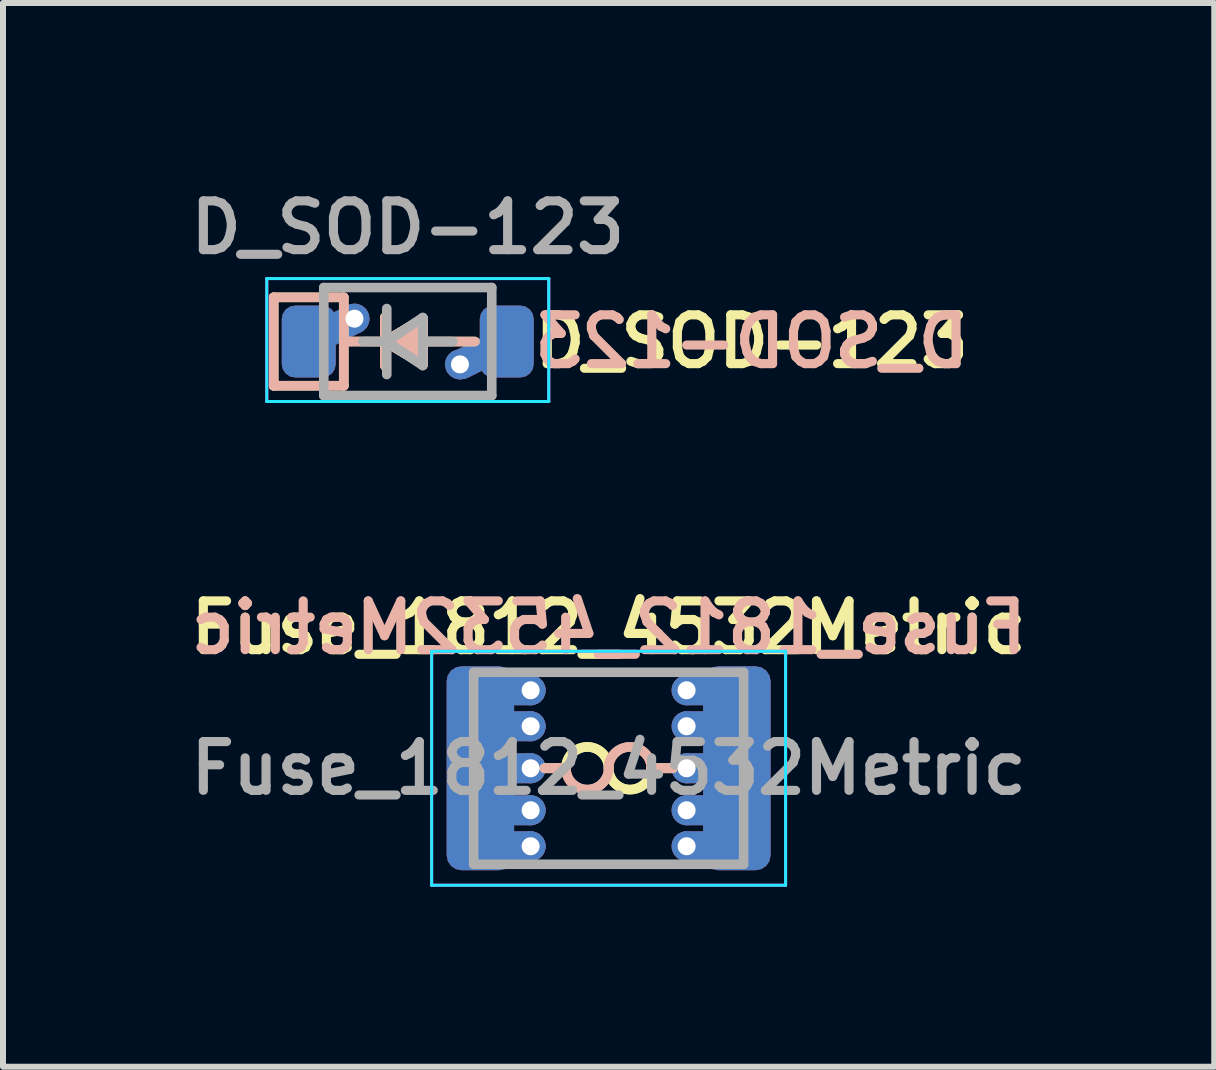
<source format=kicad_pcb>
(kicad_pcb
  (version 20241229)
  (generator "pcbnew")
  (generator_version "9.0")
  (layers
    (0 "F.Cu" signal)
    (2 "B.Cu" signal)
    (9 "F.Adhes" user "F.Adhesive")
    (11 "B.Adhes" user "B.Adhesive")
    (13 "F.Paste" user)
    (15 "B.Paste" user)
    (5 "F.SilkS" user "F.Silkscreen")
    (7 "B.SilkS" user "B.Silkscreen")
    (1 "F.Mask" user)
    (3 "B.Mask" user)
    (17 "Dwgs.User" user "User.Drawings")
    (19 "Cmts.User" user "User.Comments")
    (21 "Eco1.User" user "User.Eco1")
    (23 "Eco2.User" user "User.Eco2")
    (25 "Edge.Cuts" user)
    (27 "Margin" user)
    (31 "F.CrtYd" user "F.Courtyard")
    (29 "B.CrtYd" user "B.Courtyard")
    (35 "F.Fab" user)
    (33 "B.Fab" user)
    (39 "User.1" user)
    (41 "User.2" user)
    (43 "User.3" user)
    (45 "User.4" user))
  (footprint "D_SOD-123"
    (layer "F.Cu")
    (at 3.747 2.643)
    (property "Reference" "D_SOD-123" (at 2.032 0 0) (layer "F.SilkS") (effects (font (size 0.813 0.813) (thickness 0.152)) (justify left)))
    (attr smd)
    (fp_line (start -2.235 -0.737) (end -1.067 -0.737) (stroke (width 0.16) (type solid)) (layer "F.SilkS"))
    (fp_line (start -2.235 0.737) (end -2.235 -0.737) (stroke (width 0.16) (type solid)) (layer "F.SilkS"))
    (fp_line (start -1.067 -0.737) (end -1.067 0.737) (stroke (width 0.16) (type solid)) (layer "F.SilkS"))
    (fp_line (start -1.067 0.737) (end -2.235 0.737) (stroke (width 0.16) (type solid)) (layer "F.SilkS"))
    (fp_line (start -1.041 0) (end -0.381 0) (stroke (width 0.16) (type solid)) (layer "F.SilkS"))
    (fp_line (start -0.381 -0.406) (end -0.381 0.406) (stroke (width 0.16) (type solid)) (layer "F.SilkS"))
    (fp_line (start -0.381 0) (end 0.254 -0.381) (stroke (width 0.16) (type solid)) (layer "F.SilkS"))
    (fp_line (start 0.254 -0.381) (end 0.254 0.381) (stroke (width 0.16) (type solid)) (layer "F.SilkS"))
    (fp_line (start 0.254 0) (end 1.118 0) (stroke (width 0.16) (type solid)) (layer "F.SilkS"))
    (fp_line (start 0.254 0.381) (end -0.381 0) (stroke (width 0.16) (type solid)) (layer "F.SilkS"))
    (fp_poly (pts (xy 0.254 0.381) (xy -0.381 0) (xy 0.254 -0.381)) (stroke (width 0.16) (type solid)) (fill yes) (layer "F.SilkS"))
    (fp_line (start -2.235 -0.737) (end -2.235 0.737) (stroke (width 0.16) (type solid)) (layer "B.SilkS"))
    (fp_line (start -2.235 0.737) (end -1.067 0.737) (stroke (width 0.16) (type solid)) (layer "B.SilkS"))
    (fp_line (start -1.067 -0.737) (end -2.235 -0.737) (stroke (width 0.16) (type solid)) (layer "B.SilkS"))
    (fp_line (start -1.067 0.737) (end -1.067 -0.737) (stroke (width 0.16) (type solid)) (layer "B.SilkS"))
    (fp_line (start -1.041 0) (end -0.381 0) (stroke (width 0.16) (type solid)) (layer "B.SilkS"))
    (fp_line (start -0.381 0) (end 0.254 0.381) (stroke (width 0.16) (type solid)) (layer "B.SilkS"))
    (fp_line (start -0.381 0.406) (end -0.381 -0.406) (stroke (width 0.16) (type solid)) (layer "B.SilkS"))
    (fp_line (start 0.254 -0.381) (end -0.381 0) (stroke (width 0.16) (type solid)) (layer "B.SilkS"))
    (fp_line (start 0.254 0) (end 1.118 0) (stroke (width 0.16) (type solid)) (layer "B.SilkS"))
    (fp_line (start 0.254 0.381) (end 0.254 -0.381) (stroke (width 0.16) (type solid)) (layer "B.SilkS"))
    (fp_poly (pts (xy 0.254 -0.381) (xy -0.381 0) (xy 0.254 0.381)) (stroke (width 0.16) (type solid)) (fill yes) (layer "B.SilkS"))
    (fp_line (start -2.35 -1.05) (end -2.35 1) (stroke (width 0.05) (type solid)) (layer "B.CrtYd"))
    (fp_line (start -2.35 -1.05) (end 2.35 -1.05) (stroke (width 0.05) (type solid)) (layer "B.CrtYd"))
    (fp_line (start 2.35 -1.05) (end 2.35 1) (stroke (width 0.05) (type solid)) (layer "B.CrtYd"))
    (fp_line (start 2.35 1) (end -2.35 1) (stroke (width 0.05) (type solid)) (layer "B.CrtYd"))
    (fp_line (start -2.35 -1.05) (end -2.35 1) (stroke (width 0.05) (type solid)) (layer "F.CrtYd"))
    (fp_line (start -2.35 -1.05) (end 2.35 -1.05) (stroke (width 0.05) (type solid)) (layer "F.CrtYd"))
    (fp_line (start 2.35 -1.05) (end 2.35 1) (stroke (width 0.05) (type solid)) (layer "F.CrtYd"))
    (fp_line (start 2.35 1) (end -2.35 1) (stroke (width 0.05) (type solid)) (layer "F.CrtYd"))
    (fp_line (start -1.4 -0.9) (end 1.4 -0.9) (stroke (width 0.16) (type solid)) (layer "F.Fab"))
    (fp_line (start -1.4 0.9) (end -1.4 -0.9) (stroke (width 0.16) (type solid)) (layer "F.Fab"))
    (fp_line (start -0.75 0) (end -0.35 0) (stroke (width 0.16) (type solid)) (layer "F.Fab"))
    (fp_line (start -0.35 0) (end -0.35 -0.55) (stroke (width 0.16) (type solid)) (layer "F.Fab"))
    (fp_line (start -0.35 0) (end -0.35 0.55) (stroke (width 0.16) (type solid)) (layer "F.Fab"))
    (fp_line (start -0.35 0) (end 0.25 -0.4) (stroke (width 0.16) (type solid)) (layer "F.Fab"))
    (fp_line (start 0.25 -0.4) (end 0.25 0.4) (stroke (width 0.16) (type solid)) (layer "F.Fab"))
    (fp_line (start 0.25 0) (end 0.75 0) (stroke (width 0.16) (type solid)) (layer "F.Fab"))
    (fp_line (start 0.25 0.4) (end -0.35 0) (stroke (width 0.16) (type solid)) (layer "F.Fab"))
    (fp_line (start 1.4 -0.9) (end 1.4 0.9) (stroke (width 0.16) (type solid)) (layer "F.Fab"))
    (fp_line (start 1.4 0.9) (end -1.4 0.9) (stroke (width 0.16) (type solid)) (layer "F.Fab"))
    (fp_text user "${REFERENCE}" (at 2.032 0 0) (layer "B.SilkS") (effects (font (size 0.813 0.813) (thickness 0.152)) (justify right mirror)))
    (fp_text user "${REFERENCE}" (at 0 -1.9 0) (layer "F.Fab") (effects (font (size 0.813 0.813) (thickness 0.152))))
    (pad "1" smd custom (at -1.651 0) (size 0.01 0.01) (layers "F.Cu") (options (anchor circle)) (primitives (gr_line (start 0.762 -0.381) (end 0 0) (width 0.5))))
    (pad "1" smd custom (at -1.651 0) (size 0.01 0.01) (layers "B.Cu") (options (anchor circle)) (primitives (gr_line (start 0.762 -0.381) (end 0 0) (width 0.5))))
    (pad "1" smd roundrect (at -1.651 0) (size 0.9 1.2) (layers "B.Cu" "B.Mask" "B.Paste") (roundrect_rratio 0.25))
    (pad "1" smd roundrect (at -1.65 0) (size 0.9 1.2) (layers "F.Cu" "F.Mask" "F.Paste") (roundrect_rratio 0.25))
    (pad "1" thru_hole circle (at -0.889 -0.381) (size 0.5 0.5) (drill 0.3) (layers "*.Cu"))
    (pad "2" thru_hole circle (at 0.87 0.381) (size 0.5 0.5) (drill 0.3) (layers "*.Cu"))
    (pad "2" smd custom (at 1.65 0) (size 0.01 0.01) (layers "F.Cu") (options (anchor circle)) (primitives (gr_line (start -0.761 0.381) (end 0.001 0) (width 0.5))))
    (pad "2" smd custom (at 1.65 0) (size 0.01 0.01) (layers "B.Cu") (options (anchor circle)) (primitives (gr_line (start -0.761 0.381) (end 0.001 0) (width 0.5))))
    (pad "2" smd roundrect (at 1.65 0) (size 0.9 1.2) (layers "F.Cu" "F.Mask" "F.Paste") (roundrect_rratio 0.25))
    (pad "2" smd roundrect (at 1.65 0) (size 0.9 1.2) (layers "B.Cu" "B.Mask" "B.Paste") (roundrect_rratio 0.25)))
  (footprint "Fuse_1812_4532Metric"
    (layer "F.Cu")
    (at 7.095 9.756)
    (property "Reference" "Fuse_1812_4532Metric" (at 0 -2.345 0) (layer "F.SilkS") (effects (font (size 0.813 0.813) (thickness 0.152))))
    (attr smd)
    (fp_line (start -0.711 0) (end -1.067 0) (stroke (width 0.16) (type solid)) (layer "F.SilkS"))
    (fp_line (start -0.711 0) (end -1.067 0) (stroke (width 0.16) (type solid)) (layer "F.SilkS"))
    (fp_line (start 1.067 0) (end 0.711 0) (stroke (width 0.16) (type solid)) (layer "F.SilkS"))
    (fp_line (start 1.067 0) (end 0.711 0) (stroke (width 0.16) (type solid)) (layer "F.SilkS"))
    (fp_arc (start -0.7112 0) (mid -0.3556 -0.3556) (end 0 0) (stroke (width 0.16) (type solid)) (layer "F.SilkS"))
    (fp_arc (start -0.7112 0) (mid -0.3556 -0.3556) (end 0 0) (stroke (width 0.16) (type solid)) (layer "F.SilkS"))
    (fp_arc (start 0.7112 0) (mid 0.3556 0.3556) (end 0 0) (stroke (width 0.16) (type solid)) (layer "F.SilkS"))
    (fp_arc (start 0.7112 0) (mid 0.3556 0.3556) (end 0 0) (stroke (width 0.16) (type solid)) (layer "F.SilkS"))
    (fp_line (start -0.711 0) (end -1.067 0) (stroke (width 0.16) (type solid)) (layer "B.SilkS"))
    (fp_line (start -0.711 0) (end -1.067 0) (stroke (width 0.16) (type solid)) (layer "B.SilkS"))
    (fp_line (start 1.067 0) (end 0.711 0) (stroke (width 0.16) (type solid)) (layer "B.SilkS"))
    (fp_line (start 1.067 0) (end 0.711 0) (stroke (width 0.16) (type solid)) (layer "B.SilkS"))
    (fp_arc (start 0 0) (mid -0.3556 0.3556) (end -0.7112 0) (stroke (width 0.16) (type solid)) (layer "B.SilkS"))
    (fp_arc (start 0 0) (mid -0.3556 0.3556) (end -0.7112 0) (stroke (width 0.16) (type solid)) (layer "B.SilkS"))
    (fp_arc (start 0 0) (mid 0.3556 -0.3556) (end 0.7112 0) (stroke (width 0.16) (type solid)) (layer "B.SilkS"))
    (fp_arc (start 0 0) (mid 0.3556 -0.3556) (end 0.7112 0) (stroke (width 0.16) (type solid)) (layer "B.SilkS"))
    (fp_line (start -2.95 -1.95) (end 2.95 -1.95) (stroke (width 0.05) (type solid)) (layer "B.CrtYd"))
    (fp_line (start -2.95 1.95) (end -2.95 -1.95) (stroke (width 0.05) (type solid)) (layer "B.CrtYd"))
    (fp_line (start 2.95 -1.95) (end 2.95 1.95) (stroke (width 0.05) (type solid)) (layer "B.CrtYd"))
    (fp_line (start 2.95 1.95) (end -2.95 1.95) (stroke (width 0.05) (type solid)) (layer "B.CrtYd"))
    (fp_line (start -2.95 -1.95) (end 2.95 -1.95) (stroke (width 0.05) (type solid)) (layer "F.CrtYd"))
    (fp_line (start -2.95 1.95) (end -2.95 -1.95) (stroke (width 0.05) (type solid)) (layer "F.CrtYd"))
    (fp_line (start 2.95 -1.95) (end 2.95 1.95) (stroke (width 0.05) (type solid)) (layer "F.CrtYd"))
    (fp_line (start 2.95 1.95) (end -2.95 1.95) (stroke (width 0.05) (type solid)) (layer "F.CrtYd"))
    (fp_line (start -2.25 -1.6) (end 2.25 -1.6) (stroke (width 0.16) (type solid)) (layer "F.Fab"))
    (fp_line (start -2.25 1.6) (end -2.25 -1.6) (stroke (width 0.16) (type solid)) (layer "F.Fab"))
    (fp_line (start 2.25 -1.6) (end 2.25 1.6) (stroke (width 0.16) (type solid)) (layer "F.Fab"))
    (fp_line (start 2.25 1.6) (end -2.25 1.6) (stroke (width 0.16) (type solid)) (layer "F.Fab"))
    (fp_text user "${REFERENCE}" (at 0 -2.345 0) (layer "B.SilkS") (effects (font (size 0.813 0.813) (thickness 0.152)) (justify mirror)))
    (fp_text user "${REFERENCE}" (at 0 0 0) (layer "F.Fab") (effects (font (size 0.813 0.813) (thickness 0.152))))
    (pad "1" smd custom (at -2.138 0) (size 0.01 0.01) (layers "F.Cu") (options (anchor circle)) (primitives (gr_line (start 0.838 -1.3) (end 0.037 -1.3) (width 0.5)) (gr_line (start 0.037 -1.3) (end 0.037 1.3) (width 0.5)) (gr_line (start 0.838 0) (end 0.037 0) (width 0.5)) (gr_line (start 0.037 1.3) (end 0.838 1.3) (width 0.5)) (gr_line (start 0.838 0.7) (end 0.037 0.7) (width 0.5)) (gr_line (start 0.838 -0.7) (end 0.037 -0.7) (width 0.5))))
    (pad "1" smd custom (at -2.138 0) (size 0.01 0.01) (layers "B.Cu") (options (anchor circle)) (primitives (gr_line (start 0.838 -1.3) (end 0.037 -1.3) (width 0.5)) (gr_line (start 0.037 -1.3) (end 0.037 1.3) (width 0.5)) (gr_line (start 0.838 0) (end 0.037 0) (width 0.5)) (gr_line (start 0.037 1.3) (end 0.838 1.3) (width 0.5)) (gr_line (start 0.838 -0.7) (end 0.037 -0.7) (width 0.5)) (gr_line (start 0.838 0.7) (end 0.037 0.7) (width 0.5))))
    (pad "1" smd roundrect (at -2.138 0) (size 1.125 3.4) (layers "F.Cu" "F.Mask" "F.Paste") (roundrect_rratio 0.222))
    (pad "1" smd roundrect (at -2.138 0) (size 1.125 3.4) (layers "B.Cu" "B.Mask" "B.Paste") (roundrect_rratio 0.222))
    (pad "1" thru_hole circle (at -1.3 -1.3) (size 0.5 0.5) (drill 0.3) (layers "*.Cu"))
    (pad "1" thru_hole circle (at -1.3 -0.7) (size 0.5 0.5) (drill 0.3) (layers "*.Cu"))
    (pad "1" thru_hole circle (at -1.3 0) (size 0.5 0.5) (drill 0.3) (layers "*.Cu"))
    (pad "1" thru_hole circle (at -1.3 0.7) (size 0.5 0.5) (drill 0.3) (layers "*.Cu"))
    (pad "1" thru_hole circle (at -1.3 1.3) (size 0.5 0.5) (drill 0.3) (layers "*.Cu"))
    (pad "2" thru_hole circle (at 1.3 -1.3) (size 0.5 0.5) (drill 0.3) (layers "*.Cu"))
    (pad "2" thru_hole circle (at 1.3 -0.7) (size 0.5 0.5) (drill 0.3) (layers "*.Cu"))
    (pad "2" thru_hole circle (at 1.3 0) (size 0.5 0.5) (drill 0.3) (layers "*.Cu"))
    (pad "2" thru_hole circle (at 1.3 0.7) (size 0.5 0.5) (drill 0.3) (layers "*.Cu"))
    (pad "2" thru_hole circle (at 1.3 1.3) (size 0.5 0.5) (drill 0.3) (layers "*.Cu"))
    (pad "2" smd custom (at 2.138 0) (size 0.01 0.01) (layers "F.Cu") (options (anchor circle)) (primitives (gr_line (start -0.838 -1.3) (end -0.037 -1.3) (width 0.5)) (gr_line (start -0.037 1.3) (end -0.838 1.3) (width 0.5)) (gr_line (start -0.838 0) (end -0.037 0) (width 0.5)) (gr_line (start -0.037 -1.3) (end -0.037 1.3) (width 0.5)) (gr_line (start -0.838 -0.7) (end -0.037 -0.7) (width 0.5)) (gr_line (start -0.838 0.7) (end -0.037 0.7) (width 0.5))))
    (pad "2" smd custom (at 2.138 0) (size 0.01 0.01) (layers "B.Cu") (options (anchor circle)) (primitives (gr_line (start -0.838 -1.3) (end -0.037 -1.3) (width 0.5)) (gr_line (start -0.037 1.3) (end -0.838 1.3) (width 0.5)) (gr_line (start -0.838 0) (end -0.037 0) (width 0.5)) (gr_line (start -0.037 -1.3) (end -0.037 1.3) (width 0.5)) (gr_line (start -0.838 -0.7) (end -0.037 -0.7) (width 0.5)) (gr_line (start -0.838 0.7) (end -0.037 0.7) (width 0.5))))
    (pad "2" smd roundrect (at 2.138 0) (size 1.125 3.4) (layers "F.Cu" "F.Mask" "F.Paste") (roundrect_rratio 0.222))
    (pad "2" smd roundrect (at 2.138 0) (size 1.125 3.4) (layers "B.Cu" "B.Mask" "B.Paste") (roundrect_rratio 0.222)))
  (gr_rect
    (start -3 -3)
    (end 17.19 14.731)
    (stroke (width 0.1) (type default))
    (fill no)
    (layer "Edge.Cuts")))
</source>
